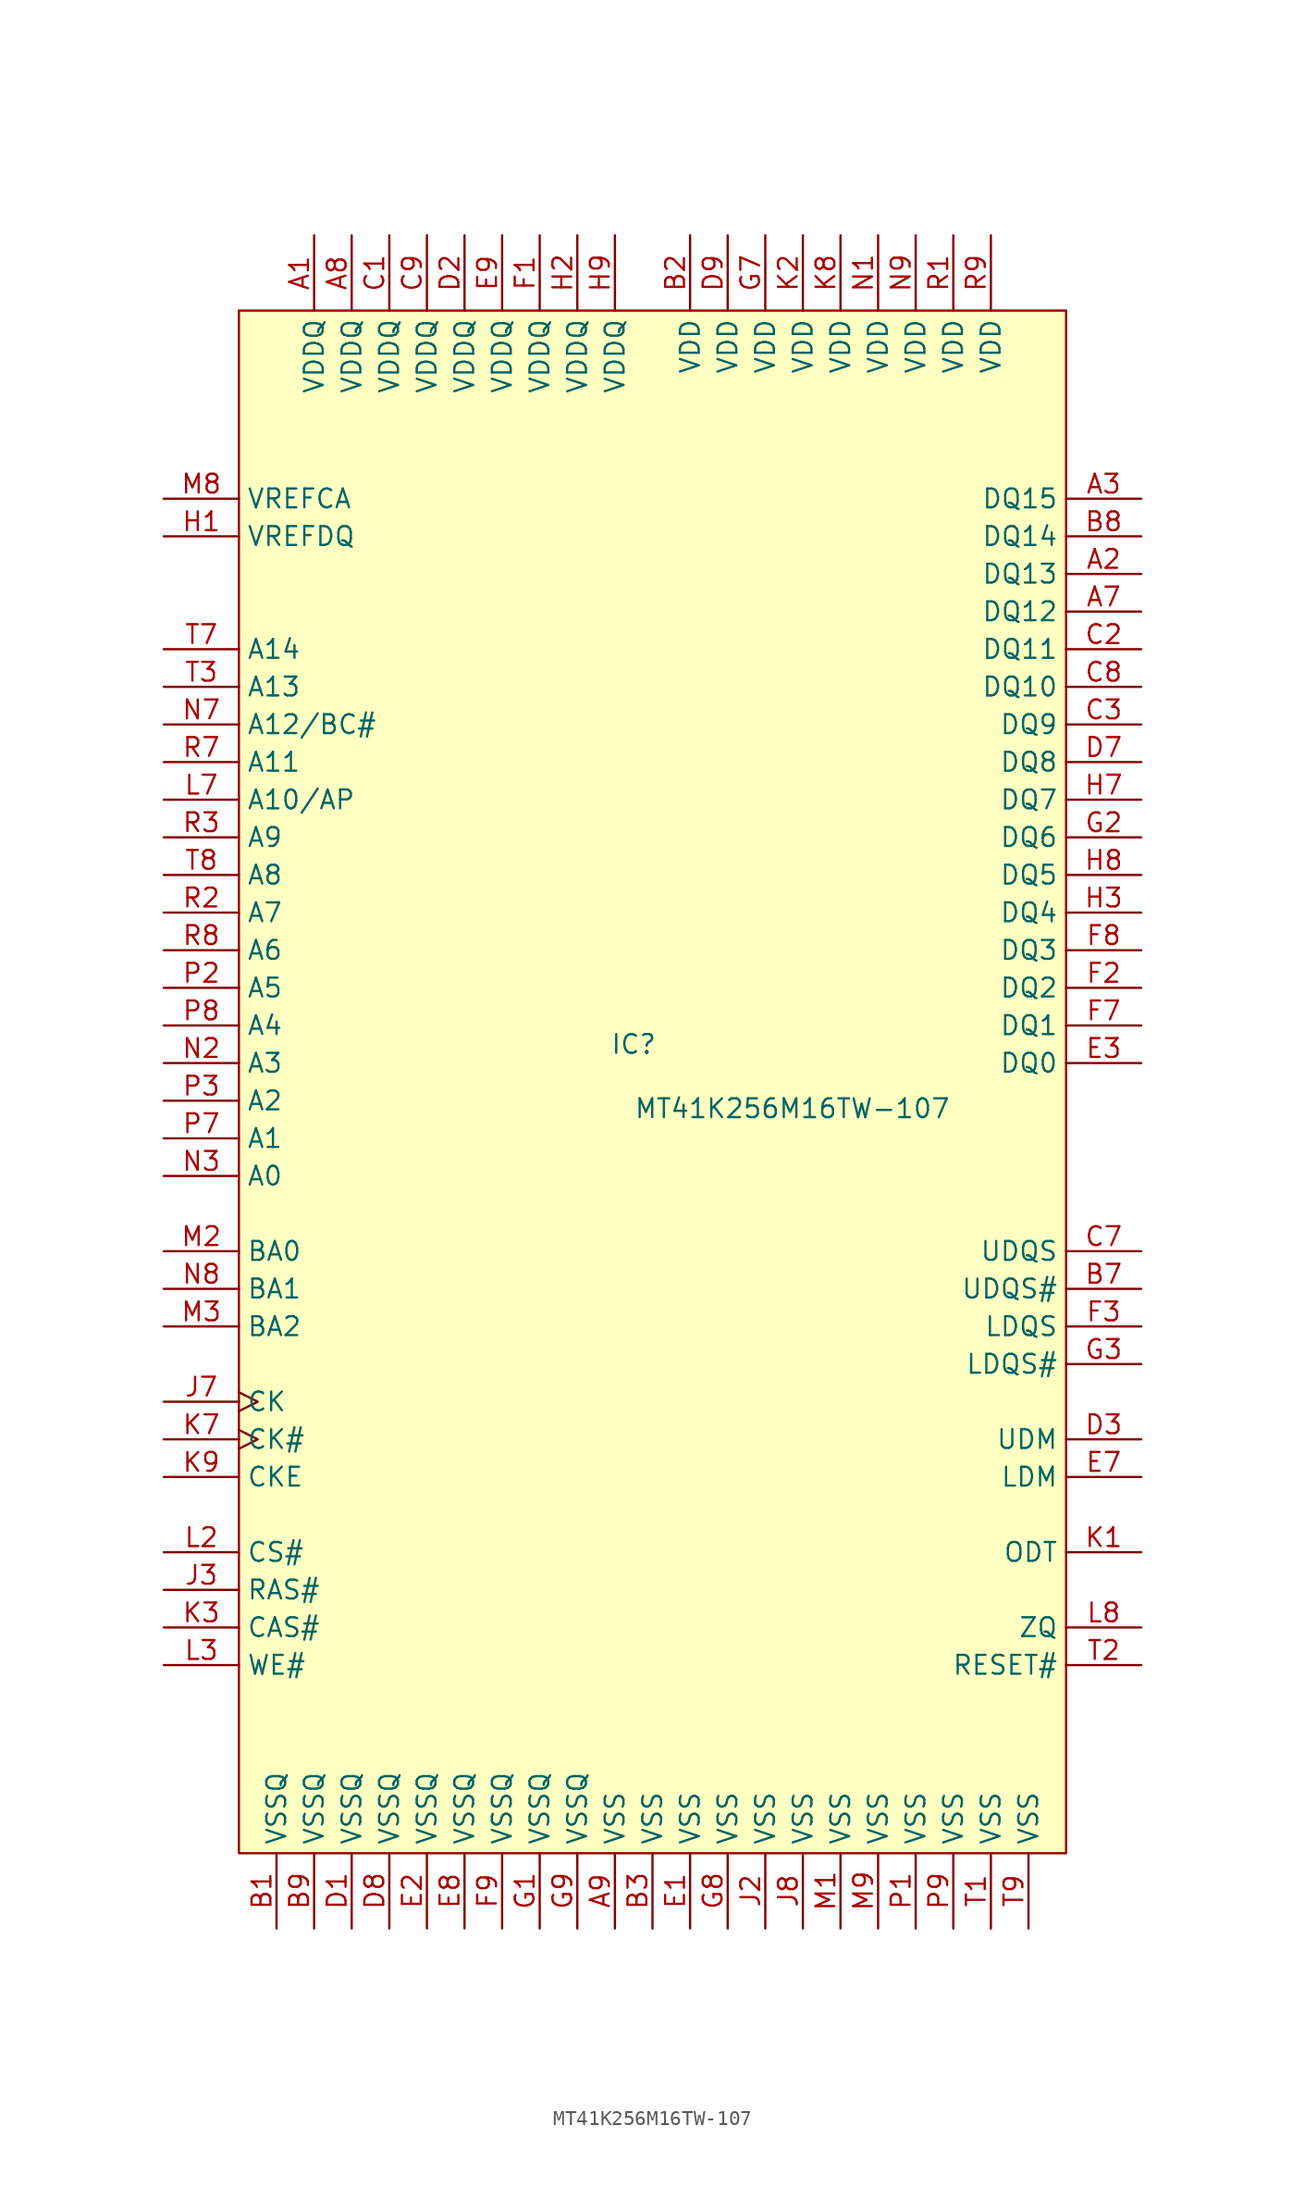
<source format=kicad_sym>
(kicad_symbol_lib
  (version 20231120)
  (generator "kicad_symbol_editor")
  (generator_version "8.0")
  (symbol "MT41K256M16TW-107"
    (property "Reference" "IC"
      (at -1.27 1.27 0)
      (effects (font (size 1.27 1.27))))
    (property "Value" "MT41K256M16TW-107"
      (at -1.27 -3.81 0)
      (effects (font (size 1.27 1.27)) (justify left bottom)))
    (symbol "MT41K256M16TW-107_1_0"
      (rectangle (start -27.94 50.8) (end 27.94 -53.34) (stroke (width 0) (type solid) (color 152 0 0 1)) (fill (type background)))
      (pin power_in line (at -22.86 55.88 270) (length 5.08) (name "VDDQ" (effects (font (size 1.27 1.27)))) (number "A1" (effects (font (size 1.27 1.27)))))
      (pin bidirectional line (at 33.02 33.02 180) (length 5.08) (name "DQ13" (effects (font (size 1.27 1.27)))) (number "A2" (effects (font (size 1.27 1.27)))))
      (pin bidirectional line (at 33.02 38.1 180) (length 5.08) (name "DQ15" (effects (font (size 1.27 1.27)))) (number "A3" (effects (font (size 1.27 1.27)))))
      (pin bidirectional line (at 33.02 30.48 180) (length 5.08) (name "DQ12" (effects (font (size 1.27 1.27)))) (number "A7" (effects (font (size 1.27 1.27)))))
      (pin power_in line (at -20.32 55.88 270) (length 5.08) (name "VDDQ" (effects (font (size 1.27 1.27)))) (number "A8" (effects (font (size 1.27 1.27)))))
      (pin power_in line (at -2.54 -58.42 90) (length 5.08) (name "VSS" (effects (font (size 1.27 1.27)))) (number "A9" (effects (font (size 1.27 1.27)))))
      (pin power_in line (at -25.4 -58.42 90) (length 5.08) (name "VSSQ" (effects (font (size 1.27 1.27)))) (number "B1" (effects (font (size 1.27 1.27)))))
      (pin power_in line (at 2.54 55.88 270) (length 5.08) (name "VDD" (effects (font (size 1.27 1.27)))) (number "B2" (effects (font (size 1.27 1.27)))))
      (pin power_in line (at 0 -58.42 90) (length 5.08) (name "VSS" (effects (font (size 1.27 1.27)))) (number "B3" (effects (font (size 1.27 1.27)))))
      (pin bidirectional line (at 33.02 -15.24 180) (length 5.08) (name "UDQS#" (effects (font (size 1.27 1.27)))) (number "B7" (effects (font (size 1.27 1.27)))))
      (pin bidirectional line (at 33.02 35.56 180) (length 5.08) (name "DQ14" (effects (font (size 1.27 1.27)))) (number "B8" (effects (font (size 1.27 1.27)))))
      (pin power_in line (at -22.86 -58.42 90) (length 5.08) (name "VSSQ" (effects (font (size 1.27 1.27)))) (number "B9" (effects (font (size 1.27 1.27)))))
      (pin power_in line (at -17.78 55.88 270) (length 5.08) (name "VDDQ" (effects (font (size 1.27 1.27)))) (number "C1" (effects (font (size 1.27 1.27)))))
      (pin bidirectional line (at 33.02 27.94 180) (length 5.08) (name "DQ11" (effects (font (size 1.27 1.27)))) (number "C2" (effects (font (size 1.27 1.27)))))
      (pin bidirectional line (at 33.02 22.86 180) (length 5.08) (name "DQ9" (effects (font (size 1.27 1.27)))) (number "C3" (effects (font (size 1.27 1.27)))))
      (pin bidirectional line (at 33.02 -12.7 180) (length 5.08) (name "UDQS" (effects (font (size 1.27 1.27)))) (number "C7" (effects (font (size 1.27 1.27)))))
      (pin bidirectional line (at 33.02 25.4 180) (length 5.08) (name "DQ10" (effects (font (size 1.27 1.27)))) (number "C8" (effects (font (size 1.27 1.27)))))
      (pin power_in line (at -15.24 55.88 270) (length 5.08) (name "VDDQ" (effects (font (size 1.27 1.27)))) (number "C9" (effects (font (size 1.27 1.27)))))
      (pin power_in line (at -20.32 -58.42 90) (length 5.08) (name "VSSQ" (effects (font (size 1.27 1.27)))) (number "D1" (effects (font (size 1.27 1.27)))))
      (pin power_in line (at -12.7 55.88 270) (length 5.08) (name "VDDQ" (effects (font (size 1.27 1.27)))) (number "D2" (effects (font (size 1.27 1.27)))))
      (pin input line (at 33.02 -25.4 180) (length 5.08) (name "UDM" (effects (font (size 1.27 1.27)))) (number "D3" (effects (font (size 1.27 1.27)))))
      (pin bidirectional line (at 33.02 20.32 180) (length 5.08) (name "DQ8" (effects (font (size 1.27 1.27)))) (number "D7" (effects (font (size 1.27 1.27)))))
      (pin power_in line (at -17.78 -58.42 90) (length 5.08) (name "VSSQ" (effects (font (size 1.27 1.27)))) (number "D8" (effects (font (size 1.27 1.27)))))
      (pin power_in line (at 5.08 55.88 270) (length 5.08) (name "VDD" (effects (font (size 1.27 1.27)))) (number "D9" (effects (font (size 1.27 1.27)))))
      (pin power_in line (at 2.54 -58.42 90) (length 5.08) (name "VSS" (effects (font (size 1.27 1.27)))) (number "E1" (effects (font (size 1.27 1.27)))))
      (pin power_in line (at -15.24 -58.42 90) (length 5.08) (name "VSSQ" (effects (font (size 1.27 1.27)))) (number "E2" (effects (font (size 1.27 1.27)))))
      (pin bidirectional line (at 33.02 0 180) (length 5.08) (name "DQ0" (effects (font (size 1.27 1.27)))) (number "E3" (effects (font (size 1.27 1.27)))))
      (pin input line (at 33.02 -27.94 180) (length 5.08) (name "LDM" (effects (font (size 1.27 1.27)))) (number "E7" (effects (font (size 1.27 1.27)))))
      (pin power_in line (at -12.7 -58.42 90) (length 5.08) (name "VSSQ" (effects (font (size 1.27 1.27)))) (number "E8" (effects (font (size 1.27 1.27)))))
      (pin power_in line (at -10.16 55.88 270) (length 5.08) (name "VDDQ" (effects (font (size 1.27 1.27)))) (number "E9" (effects (font (size 1.27 1.27)))))
      (pin power_in line (at -7.62 55.88 270) (length 5.08) (name "VDDQ" (effects (font (size 1.27 1.27)))) (number "F1" (effects (font (size 1.27 1.27)))))
      (pin bidirectional line (at 33.02 5.08 180) (length 5.08) (name "DQ2" (effects (font (size 1.27 1.27)))) (number "F2" (effects (font (size 1.27 1.27)))))
      (pin bidirectional line (at 33.02 -17.78 180) (length 5.08) (name "LDQS" (effects (font (size 1.27 1.27)))) (number "F3" (effects (font (size 1.27 1.27)))))
      (pin bidirectional line (at 33.02 2.54 180) (length 5.08) (name "DQ1" (effects (font (size 1.27 1.27)))) (number "F7" (effects (font (size 1.27 1.27)))))
      (pin bidirectional line (at 33.02 7.62 180) (length 5.08) (name "DQ3" (effects (font (size 1.27 1.27)))) (number "F8" (effects (font (size 1.27 1.27)))))
      (pin power_in line (at -10.16 -58.42 90) (length 5.08) (name "VSSQ" (effects (font (size 1.27 1.27)))) (number "F9" (effects (font (size 1.27 1.27)))))
      (pin power_in line (at -7.62 -58.42 90) (length 5.08) (name "VSSQ" (effects (font (size 1.27 1.27)))) (number "G1" (effects (font (size 1.27 1.27)))))
      (pin bidirectional line (at 33.02 15.24 180) (length 5.08) (name "DQ6" (effects (font (size 1.27 1.27)))) (number "G2" (effects (font (size 1.27 1.27)))))
      (pin bidirectional line (at 33.02 -20.32 180) (length 5.08) (name "LDQS#" (effects (font (size 1.27 1.27)))) (number "G3" (effects (font (size 1.27 1.27)))))
      (pin power_in line (at 7.62 55.88 270) (length 5.08) (name "VDD" (effects (font (size 1.27 1.27)))) (number "G7" (effects (font (size 1.27 1.27)))))
      (pin power_in line (at 5.08 -58.42 90) (length 5.08) (name "VSS" (effects (font (size 1.27 1.27)))) (number "G8" (effects (font (size 1.27 1.27)))))
      (pin power_in line (at -5.08 -58.42 90) (length 5.08) (name "VSSQ" (effects (font (size 1.27 1.27)))) (number "G9" (effects (font (size 1.27 1.27)))))
      (pin power_in line (at -33.02 35.56 0) (length 5.08) (name "VREFDQ" (effects (font (size 1.27 1.27)))) (number "H1" (effects (font (size 1.27 1.27)))))
      (pin power_in line (at -5.08 55.88 270) (length 5.08) (name "VDDQ" (effects (font (size 1.27 1.27)))) (number "H2" (effects (font (size 1.27 1.27)))))
      (pin bidirectional line (at 33.02 10.16 180) (length 5.08) (name "DQ4" (effects (font (size 1.27 1.27)))) (number "H3" (effects (font (size 1.27 1.27)))))
      (pin bidirectional line (at 33.02 17.78 180) (length 5.08) (name "DQ7" (effects (font (size 1.27 1.27)))) (number "H7" (effects (font (size 1.27 1.27)))))
      (pin bidirectional line (at 33.02 12.7 180) (length 5.08) (name "DQ5" (effects (font (size 1.27 1.27)))) (number "H8" (effects (font (size 1.27 1.27)))))
      (pin power_in line (at -2.54 55.88 270) (length 5.08) (name "VDDQ" (effects (font (size 1.27 1.27)))) (number "H9" (effects (font (size 1.27 1.27)))))
      (pin power_in line (at 7.62 -58.42 90) (length 5.08) (name "VSS" (effects (font (size 1.27 1.27)))) (number "J2" (effects (font (size 1.27 1.27)))))
      (pin input line (at -33.02 -35.56 0) (length 5.08) (name "RAS#" (effects (font (size 1.27 1.27)))) (number "J3" (effects (font (size 1.27 1.27)))))
      (pin input clock (at -33.02 -22.86 0) (length 5.08) (name "CK" (effects (font (size 1.27 1.27)))) (number "J7" (effects (font (size 1.27 1.27)))))
      (pin power_in line (at 10.16 -58.42 90) (length 5.08) (name "VSS" (effects (font (size 1.27 1.27)))) (number "J8" (effects (font (size 1.27 1.27)))))
      (pin input line (at 33.02 -33.02 180) (length 5.08) (name "ODT" (effects (font (size 1.27 1.27)))) (number "K1" (effects (font (size 1.27 1.27)))))
      (pin power_in line (at 10.16 55.88 270) (length 5.08) (name "VDD" (effects (font (size 1.27 1.27)))) (number "K2" (effects (font (size 1.27 1.27)))))
      (pin input line (at -33.02 -38.1 0) (length 5.08) (name "CAS#" (effects (font (size 1.27 1.27)))) (number "K3" (effects (font (size 1.27 1.27)))))
      (pin input clock (at -33.02 -25.4 0) (length 5.08) (name "CK#" (effects (font (size 1.27 1.27)))) (number "K7" (effects (font (size 1.27 1.27)))))
      (pin power_in line (at 12.7 55.88 270) (length 5.08) (name "VDD" (effects (font (size 1.27 1.27)))) (number "K8" (effects (font (size 1.27 1.27)))))
      (pin input line (at -33.02 -27.94 0) (length 5.08) (name "CKE" (effects (font (size 1.27 1.27)))) (number "K9" (effects (font (size 1.27 1.27)))))
      (pin input line (at -33.02 -33.02 0) (length 5.08) (name "CS#" (effects (font (size 1.27 1.27)))) (number "L2" (effects (font (size 1.27 1.27)))))
      (pin input line (at -33.02 -40.64 0) (length 5.08) (name "WE#" (effects (font (size 1.27 1.27)))) (number "L3" (effects (font (size 1.27 1.27)))))
      (pin input line (at -33.02 17.78 0) (length 5.08) (name "A10/AP" (effects (font (size 1.27 1.27)))) (number "L7" (effects (font (size 1.27 1.27)))))
      (pin input line (at 33.02 -38.1 180) (length 5.08) (name "ZQ" (effects (font (size 1.27 1.27)))) (number "L8" (effects (font (size 1.27 1.27)))))
      (pin power_in line (at 12.7 -58.42 90) (length 5.08) (name "VSS" (effects (font (size 1.27 1.27)))) (number "M1" (effects (font (size 1.27 1.27)))))
      (pin input line (at -33.02 -12.7 0) (length 5.08) (name "BA0" (effects (font (size 1.27 1.27)))) (number "M2" (effects (font (size 1.27 1.27)))))
      (pin input line (at -33.02 -17.78 0) (length 5.08) (name "BA2" (effects (font (size 1.27 1.27)))) (number "M3" (effects (font (size 1.27 1.27)))))
      (pin power_in line (at -33.02 38.1 0) (length 5.08) (name "VREFCA" (effects (font (size 1.27 1.27)))) (number "M8" (effects (font (size 1.27 1.27)))))
      (pin power_in line (at 15.24 -58.42 90) (length 5.08) (name "VSS" (effects (font (size 1.27 1.27)))) (number "M9" (effects (font (size 1.27 1.27)))))
      (pin power_in line (at 15.24 55.88 270) (length 5.08) (name "VDD" (effects (font (size 1.27 1.27)))) (number "N1" (effects (font (size 1.27 1.27)))))
      (pin input line (at -33.02 0 0) (length 5.08) (name "A3" (effects (font (size 1.27 1.27)))) (number "N2" (effects (font (size 1.27 1.27)))))
      (pin input line (at -33.02 -7.62 0) (length 5.08) (name "A0" (effects (font (size 1.27 1.27)))) (number "N3" (effects (font (size 1.27 1.27)))))
      (pin input line (at -33.02 22.86 0) (length 5.08) (name "A12/BC#" (effects (font (size 1.27 1.27)))) (number "N7" (effects (font (size 1.27 1.27)))))
      (pin input line (at -33.02 -15.24 0) (length 5.08) (name "BA1" (effects (font (size 1.27 1.27)))) (number "N8" (effects (font (size 1.27 1.27)))))
      (pin power_in line (at 17.78 55.88 270) (length 5.08) (name "VDD" (effects (font (size 1.27 1.27)))) (number "N9" (effects (font (size 1.27 1.27)))))
      (pin power_in line (at 17.78 -58.42 90) (length 5.08) (name "VSS" (effects (font (size 1.27 1.27)))) (number "P1" (effects (font (size 1.27 1.27)))))
      (pin input line (at -33.02 5.08 0) (length 5.08) (name "A5" (effects (font (size 1.27 1.27)))) (number "P2" (effects (font (size 1.27 1.27)))))
      (pin input line (at -33.02 -2.54 0) (length 5.08) (name "A2" (effects (font (size 1.27 1.27)))) (number "P3" (effects (font (size 1.27 1.27)))))
      (pin input line (at -33.02 -5.08 0) (length 5.08) (name "A1" (effects (font (size 1.27 1.27)))) (number "P7" (effects (font (size 1.27 1.27)))))
      (pin input line (at -33.02 2.54 0) (length 5.08) (name "A4" (effects (font (size 1.27 1.27)))) (number "P8" (effects (font (size 1.27 1.27)))))
      (pin power_in line (at 20.32 -58.42 90) (length 5.08) (name "VSS" (effects (font (size 1.27 1.27)))) (number "P9" (effects (font (size 1.27 1.27)))))
      (pin power_in line (at 20.32 55.88 270) (length 5.08) (name "VDD" (effects (font (size 1.27 1.27)))) (number "R1" (effects (font (size 1.27 1.27)))))
      (pin input line (at -33.02 10.16 0) (length 5.08) (name "A7" (effects (font (size 1.27 1.27)))) (number "R2" (effects (font (size 1.27 1.27)))))
      (pin input line (at -33.02 15.24 0) (length 5.08) (name "A9" (effects (font (size 1.27 1.27)))) (number "R3" (effects (font (size 1.27 1.27)))))
      (pin input line (at -33.02 20.32 0) (length 5.08) (name "A11" (effects (font (size 1.27 1.27)))) (number "R7" (effects (font (size 1.27 1.27)))))
      (pin input line (at -33.02 7.62 0) (length 5.08) (name "A6" (effects (font (size 1.27 1.27)))) (number "R8" (effects (font (size 1.27 1.27)))))
      (pin power_in line (at 22.86 55.88 270) (length 5.08) (name "VDD" (effects (font (size 1.27 1.27)))) (number "R9" (effects (font (size 1.27 1.27)))))
      (pin power_in line (at 22.86 -58.42 90) (length 5.08) (name "VSS" (effects (font (size 1.27 1.27)))) (number "T1" (effects (font (size 1.27 1.27)))))
      (pin input line (at 33.02 -40.64 180) (length 5.08) (name "RESET#" (effects (font (size 1.27 1.27)))) (number "T2" (effects (font (size 1.27 1.27)))))
      (pin input line (at -33.02 25.4 0) (length 5.08) (name "A13" (effects (font (size 1.27 1.27)))) (number "T3" (effects (font (size 1.27 1.27)))))
      (pin input line (at -33.02 27.94 0) (length 5.08) (name "A14" (effects (font (size 1.27 1.27)))) (number "T7" (effects (font (size 1.27 1.27)))))
      (pin input line (at -33.02 12.7 0) (length 5.08) (name "A8" (effects (font (size 1.27 1.27)))) (number "T8" (effects (font (size 1.27 1.27)))))
      (pin power_in line (at 25.4 -58.42 90) (length 5.08) (name "VSS" (effects (font (size 1.27 1.27)))) (number "T9" (effects (font (size 1.27 1.27))))))))
</source>
